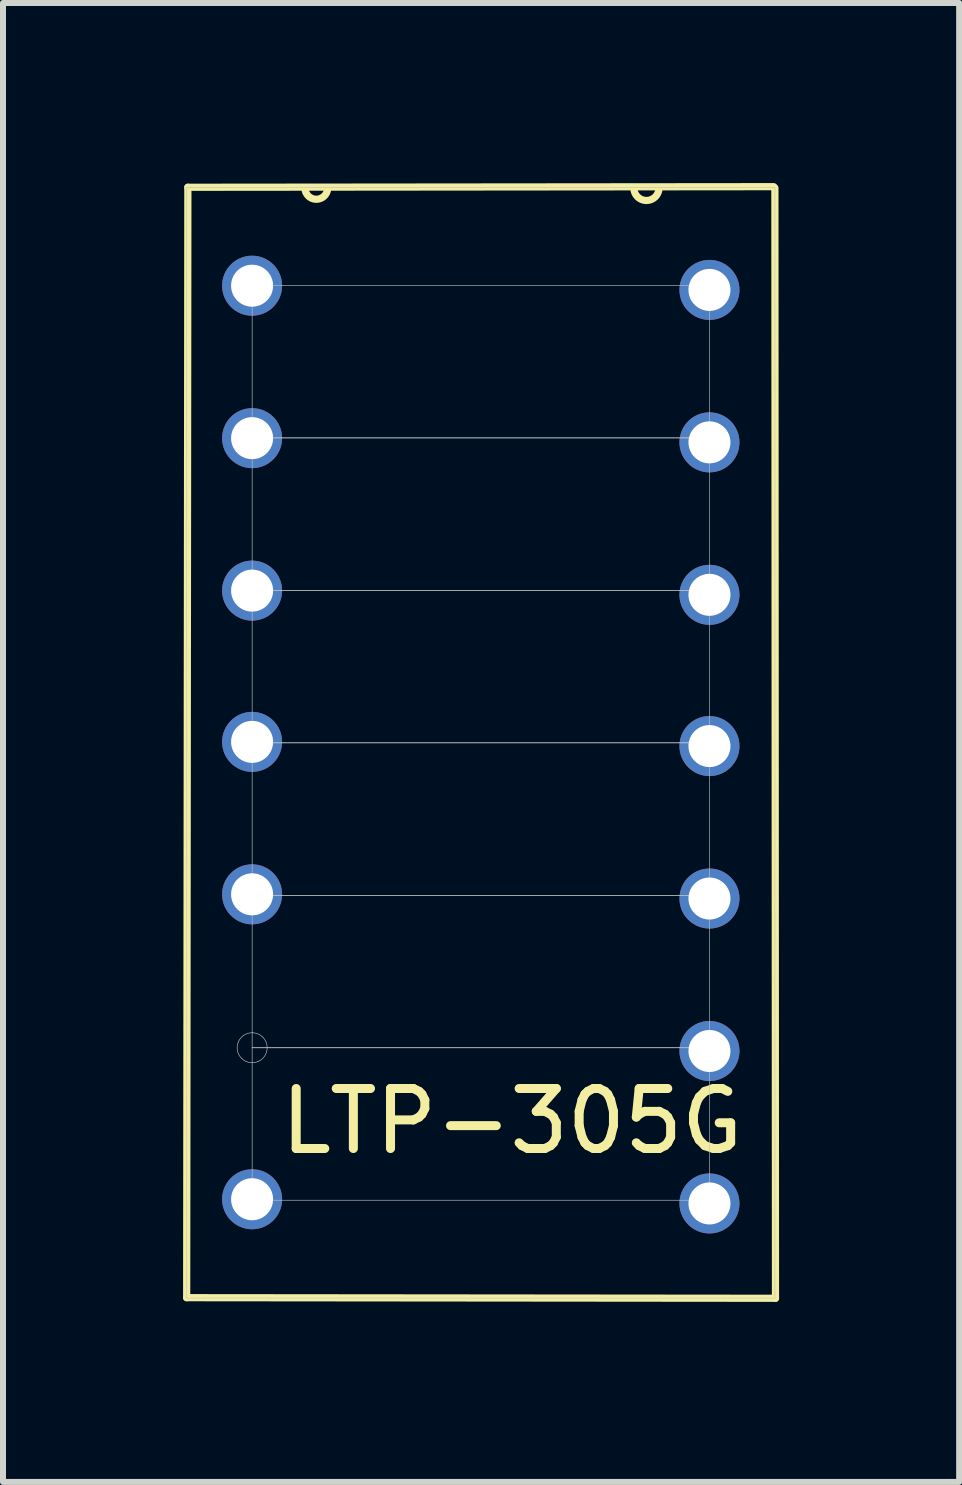
<source format=kicad_pcb>
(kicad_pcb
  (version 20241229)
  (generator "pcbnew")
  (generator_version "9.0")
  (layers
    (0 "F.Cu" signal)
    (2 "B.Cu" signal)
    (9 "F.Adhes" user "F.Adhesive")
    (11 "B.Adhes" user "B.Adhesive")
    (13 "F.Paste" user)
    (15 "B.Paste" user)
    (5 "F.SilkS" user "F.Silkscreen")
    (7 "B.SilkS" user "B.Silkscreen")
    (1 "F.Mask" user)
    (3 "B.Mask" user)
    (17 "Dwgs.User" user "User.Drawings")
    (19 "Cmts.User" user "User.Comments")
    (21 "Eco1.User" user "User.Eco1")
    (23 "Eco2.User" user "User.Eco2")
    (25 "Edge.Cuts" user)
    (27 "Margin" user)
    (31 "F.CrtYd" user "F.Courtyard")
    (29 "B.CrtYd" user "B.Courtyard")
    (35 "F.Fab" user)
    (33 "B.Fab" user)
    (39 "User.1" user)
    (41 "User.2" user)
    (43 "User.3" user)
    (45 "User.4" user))
  (footprint "LTP-305G"
    (layer "F.Cu")
    (at 4.72 9.32)
    (property "Reference" "LTP-305G" (at 0.76 6.31 0) (layer "F.SilkS") (effects (font (size 1 1) (thickness 0.15))))
    (attr through_hole)
    (fp_line (start -4.66 9.25) (end -4.64 -9.25) (stroke (width 0.12) (type solid)) (layer "F.SilkS"))
    (fp_line (start -4.64 -9.25) (end 5.12 -9.26) (stroke (width 0.12) (type solid)) (layer "F.SilkS"))
    (fp_line (start 5.14 -9.24) (end 5.15 9.26) (stroke (width 0.12) (type solid)) (layer "F.SilkS"))
    (fp_line (start 5.15 9.26) (end -4.66 9.25) (stroke (width 0.12) (type solid)) (layer "F.SilkS"))
    (fp_arc (start -2.310309 -9.229161) (mid -2.505422 -9.050077) (end -2.69 -9.24) (stroke (width 0.12) (type solid)) (layer "F.SilkS"))
    (fp_arc (start 3.209883 -9.233004) (mid 2.996502 -9.03003) (end 2.79 -9.24) (stroke (width 0.12) (type solid)) (layer "F.SilkS"))
    (fp_line (start -4.659 -9.244) (end 5.141 -9.244) (stroke (width 0.01) (type solid)) (layer "Dwgs.User"))
    (fp_line (start -4.659 9.256) (end -4.659 -9.244) (stroke (width 0.01) (type solid)) (layer "Dwgs.User"))
    (fp_line (start -3.569 -7.864) (end -3.569 -7.864) (stroke (width 0.01) (type solid)) (layer "Dwgs.User"))
    (fp_line (start -3.569 -7.614) (end 4.051 -7.614) (stroke (width 0.01) (type solid)) (layer "Dwgs.User"))
    (fp_line (start -3.569 -5.324) (end -3.569 -5.324) (stroke (width 0.01) (type solid)) (layer "Dwgs.User"))
    (fp_line (start -3.569 -5.074) (end -3.569 -7.614) (stroke (width 0.01) (type solid)) (layer "Dwgs.User"))
    (fp_line (start -3.569 -5.074) (end 4.051 -5.074) (stroke (width 0.01) (type solid)) (layer "Dwgs.User"))
    (fp_line (start -3.569 -2.784) (end -3.569 -2.784) (stroke (width 0.01) (type solid)) (layer "Dwgs.User"))
    (fp_line (start -3.569 -2.534) (end -3.569 -5.074) (stroke (width 0.01) (type solid)) (layer "Dwgs.User"))
    (fp_line (start -3.569 -2.534) (end 4.051 -2.534) (stroke (width 0.01) (type solid)) (layer "Dwgs.User"))
    (fp_line (start -3.569 -0.244) (end -3.569 -0.244) (stroke (width 0.01) (type solid)) (layer "Dwgs.User"))
    (fp_line (start -3.569 0.006) (end -3.569 -2.534) (stroke (width 0.01) (type solid)) (layer "Dwgs.User"))
    (fp_line (start -3.569 0.006) (end 4.051 0.006) (stroke (width 0.01) (type solid)) (layer "Dwgs.User"))
    (fp_line (start -3.569 2.296) (end -3.569 2.296) (stroke (width 0.01) (type solid)) (layer "Dwgs.User"))
    (fp_line (start -3.569 2.546) (end -3.569 0.006) (stroke (width 0.01) (type solid)) (layer "Dwgs.User"))
    (fp_line (start -3.569 2.546) (end 4.051 2.546) (stroke (width 0.01) (type solid)) (layer "Dwgs.User"))
    (fp_line (start -3.569 4.836) (end -3.569 4.836) (stroke (width 0.01) (type solid)) (layer "Dwgs.User"))
    (fp_line (start -3.569 5.086) (end -3.569 2.546) (stroke (width 0.01) (type solid)) (layer "Dwgs.User"))
    (fp_line (start -3.569 5.086) (end 4.051 5.086) (stroke (width 0.01) (type solid)) (layer "Dwgs.User"))
    (fp_line (start -3.569 7.376) (end -3.569 7.376) (stroke (width 0.01) (type solid)) (layer "Dwgs.User"))
    (fp_line (start -3.569 7.626) (end -3.569 5.086) (stroke (width 0.01) (type solid)) (layer "Dwgs.User"))
    (fp_line (start 4.051 -7.864) (end 4.051 -7.864) (stroke (width 0.01) (type solid)) (layer "Dwgs.User"))
    (fp_line (start 4.051 -5.324) (end 4.051 -5.324) (stroke (width 0.01) (type solid)) (layer "Dwgs.User"))
    (fp_line (start 4.051 -2.784) (end 4.051 -2.784) (stroke (width 0.01) (type solid)) (layer "Dwgs.User"))
    (fp_line (start 4.051 -0.244) (end 4.051 -0.244) (stroke (width 0.01) (type solid)) (layer "Dwgs.User"))
    (fp_line (start 4.051 2.296) (end 4.051 2.296) (stroke (width 0.01) (type solid)) (layer "Dwgs.User"))
    (fp_line (start 4.051 4.836) (end 4.051 4.836) (stroke (width 0.01) (type solid)) (layer "Dwgs.User"))
    (fp_line (start 4.051 7.376) (end 4.051 7.376) (stroke (width 0.01) (type solid)) (layer "Dwgs.User"))
    (fp_line (start 4.051 -7.614) (end 4.051 -5.074) (stroke (width 0.01) (type solid)) (layer "Dwgs.User"))
    (fp_line (start 4.051 -5.074) (end -3.569 -5.074) (stroke (width 0.01) (type solid)) (layer "Dwgs.User"))
    (fp_line (start 4.051 -5.074) (end 4.051 -2.534) (stroke (width 0.01) (type solid)) (layer "Dwgs.User"))
    (fp_line (start 4.051 -2.534) (end -3.569 -2.534) (stroke (width 0.01) (type solid)) (layer "Dwgs.User"))
    (fp_line (start 4.051 -2.534) (end 4.051 0.006) (stroke (width 0.01) (type solid)) (layer "Dwgs.User"))
    (fp_line (start 4.051 0.006) (end -3.569 0.006) (stroke (width 0.01) (type solid)) (layer "Dwgs.User"))
    (fp_line (start 4.051 0.006) (end 4.051 2.546) (stroke (width 0.01) (type solid)) (layer "Dwgs.User"))
    (fp_line (start 4.051 2.546) (end -3.569 2.546) (stroke (width 0.01) (type solid)) (layer "Dwgs.User"))
    (fp_line (start 4.051 2.546) (end 4.051 5.086) (stroke (width 0.01) (type solid)) (layer "Dwgs.User"))
    (fp_line (start 4.051 5.086) (end -3.569 5.086) (stroke (width 0.01) (type solid)) (layer "Dwgs.User"))
    (fp_line (start 4.051 5.086) (end 4.051 7.626) (stroke (width 0.01) (type solid)) (layer "Dwgs.User"))
    (fp_line (start 4.051 7.626) (end -3.569 7.626) (stroke (width 0.01) (type solid)) (layer "Dwgs.User"))
    (fp_line (start 5.141 -9.244) (end 5.141 9.256) (stroke (width 0.01) (type solid)) (layer "Dwgs.User"))
    (fp_line (start 5.141 9.256) (end -4.659 9.256) (stroke (width 0.01) (type solid)) (layer "Dwgs.User"))
    (fp_curve (pts (xy -3.8 -7.71) (xy -3.839 -7.617) (xy -3.817 -7.509) (xy -3.746 -7.438)) (stroke (width 0.01) (type solid)) (layer "Dwgs.User"))
    (fp_curve (pts (xy -3.8 -5.17) (xy -3.839 -5.077) (xy -3.817 -4.969) (xy -3.746 -4.898)) (stroke (width 0.01) (type solid)) (layer "Dwgs.User"))
    (fp_curve (pts (xy -3.8 -2.63) (xy -3.839 -2.537) (xy -3.817 -2.429) (xy -3.746 -2.358)) (stroke (width 0.01) (type solid)) (layer "Dwgs.User"))
    (fp_curve (pts (xy -3.8 -0.09) (xy -3.839 0.003) (xy -3.817 0.111) (xy -3.746 0.182)) (stroke (width 0.01) (type solid)) (layer "Dwgs.User"))
    (fp_curve (pts (xy -3.8 2.45) (xy -3.839 2.543) (xy -3.817 2.651) (xy -3.746 2.722)) (stroke (width 0.01) (type solid)) (layer "Dwgs.User"))
    (fp_curve (pts (xy -3.8 4.99) (xy -3.839 5.083) (xy -3.817 5.191) (xy -3.746 5.262)) (stroke (width 0.01) (type solid)) (layer "Dwgs.User"))
    (fp_curve (pts (xy -3.8 7.53) (xy -3.839 7.623) (xy -3.817 7.731) (xy -3.746 7.802)) (stroke (width 0.01) (type solid)) (layer "Dwgs.User"))
    (fp_curve (pts (xy -3.746 -7.438) (xy -3.674 -7.366) (xy -3.567 -7.345) (xy -3.473 -7.383)) (stroke (width 0.01) (type solid)) (layer "Dwgs.User"))
    (fp_curve (pts (xy -3.746 -4.898) (xy -3.674 -4.826) (xy -3.567 -4.805) (xy -3.473 -4.843)) (stroke (width 0.01) (type solid)) (layer "Dwgs.User"))
    (fp_curve (pts (xy -3.746 -2.358) (xy -3.674 -2.286) (xy -3.567 -2.265) (xy -3.473 -2.303)) (stroke (width 0.01) (type solid)) (layer "Dwgs.User"))
    (fp_curve (pts (xy -3.746 0.182) (xy -3.674 0.254) (xy -3.567 0.275) (xy -3.473 0.237)) (stroke (width 0.01) (type solid)) (layer "Dwgs.User"))
    (fp_curve (pts (xy -3.746 2.722) (xy -3.674 2.794) (xy -3.567 2.815) (xy -3.473 2.777)) (stroke (width 0.01) (type solid)) (layer "Dwgs.User"))
    (fp_curve (pts (xy -3.746 5.262) (xy -3.674 5.334) (xy -3.567 5.355) (xy -3.473 5.317)) (stroke (width 0.01) (type solid)) (layer "Dwgs.User"))
    (fp_curve (pts (xy -3.746 7.802) (xy -3.674 7.874) (xy -3.567 7.895) (xy -3.473 7.857)) (stroke (width 0.01) (type solid)) (layer "Dwgs.User"))
    (fp_curve (pts (xy -3.569 -7.864) (xy -3.67 -7.864) (xy -3.761 -7.803) (xy -3.8 -7.71)) (stroke (width 0.01) (type solid)) (layer "Dwgs.User"))
    (fp_curve (pts (xy -3.569 -5.324) (xy -3.67 -5.324) (xy -3.761 -5.263) (xy -3.8 -5.17)) (stroke (width 0.01) (type solid)) (layer "Dwgs.User"))
    (fp_curve (pts (xy -3.569 -2.784) (xy -3.67 -2.784) (xy -3.761 -2.723) (xy -3.8 -2.63)) (stroke (width 0.01) (type solid)) (layer "Dwgs.User"))
    (fp_curve (pts (xy -3.569 -0.244) (xy -3.67 -0.244) (xy -3.761 -0.183) (xy -3.8 -0.09)) (stroke (width 0.01) (type solid)) (layer "Dwgs.User"))
    (fp_curve (pts (xy -3.569 2.296) (xy -3.67 2.296) (xy -3.761 2.357) (xy -3.8 2.45)) (stroke (width 0.01) (type solid)) (layer "Dwgs.User"))
    (fp_curve (pts (xy -3.569 4.836) (xy -3.67 4.836) (xy -3.761 4.897) (xy -3.8 4.99)) (stroke (width 0.01) (type solid)) (layer "Dwgs.User"))
    (fp_curve (pts (xy -3.569 7.376) (xy -3.67 7.376) (xy -3.761 7.437) (xy -3.8 7.53)) (stroke (width 0.01) (type solid)) (layer "Dwgs.User"))
    (fp_curve (pts (xy -3.473 -7.383) (xy -3.38 -7.422) (xy -3.319 -7.513) (xy -3.319 -7.614)) (stroke (width 0.01) (type solid)) (layer "Dwgs.User"))
    (fp_curve (pts (xy -3.473 -4.843) (xy -3.38 -4.882) (xy -3.319 -4.973) (xy -3.319 -5.074)) (stroke (width 0.01) (type solid)) (layer "Dwgs.User"))
    (fp_curve (pts (xy -3.473 -2.303) (xy -3.38 -2.342) (xy -3.319 -2.433) (xy -3.319 -2.534)) (stroke (width 0.01) (type solid)) (layer "Dwgs.User"))
    (fp_curve (pts (xy -3.473 0.237) (xy -3.38 0.198) (xy -3.319 0.107) (xy -3.319 0.006)) (stroke (width 0.01) (type solid)) (layer "Dwgs.User"))
    (fp_curve (pts (xy -3.473 2.777) (xy -3.38 2.738) (xy -3.319 2.647) (xy -3.319 2.546)) (stroke (width 0.01) (type solid)) (layer "Dwgs.User"))
    (fp_curve (pts (xy -3.473 5.317) (xy -3.38 5.278) (xy -3.319 5.187) (xy -3.319 5.086)) (stroke (width 0.01) (type solid)) (layer "Dwgs.User"))
    (fp_curve (pts (xy -3.473 7.857) (xy -3.38 7.818) (xy -3.319 7.727) (xy -3.319 7.626)) (stroke (width 0.01) (type solid)) (layer "Dwgs.User"))
    (fp_curve (pts (xy -3.392 -7.791) (xy -3.439 -7.838) (xy -3.503 -7.864) (xy -3.569 -7.864)) (stroke (width 0.01) (type solid)) (layer "Dwgs.User"))
    (fp_curve (pts (xy -3.392 -5.251) (xy -3.439 -5.298) (xy -3.503 -5.324) (xy -3.569 -5.324)) (stroke (width 0.01) (type solid)) (layer "Dwgs.User"))
    (fp_curve (pts (xy -3.392 -2.711) (xy -3.439 -2.758) (xy -3.503 -2.784) (xy -3.569 -2.784)) (stroke (width 0.01) (type solid)) (layer "Dwgs.User"))
    (fp_curve (pts (xy -3.392 -0.171) (xy -3.439 -0.218) (xy -3.503 -0.244) (xy -3.569 -0.244)) (stroke (width 0.01) (type solid)) (layer "Dwgs.User"))
    (fp_curve (pts (xy -3.392 2.369) (xy -3.439 2.322) (xy -3.503 2.296) (xy -3.569 2.296)) (stroke (width 0.01) (type solid)) (layer "Dwgs.User"))
    (fp_curve (pts (xy -3.392 4.909) (xy -3.439 4.862) (xy -3.503 4.836) (xy -3.569 4.836)) (stroke (width 0.01) (type solid)) (layer "Dwgs.User"))
    (fp_curve (pts (xy -3.392 7.449) (xy -3.439 7.402) (xy -3.503 7.376) (xy -3.569 7.376)) (stroke (width 0.01) (type solid)) (layer "Dwgs.User"))
    (fp_curve (pts (xy -3.319 -7.614) (xy -3.319 -7.681) (xy -3.345 -7.744) (xy -3.392 -7.791)) (stroke (width 0.01) (type solid)) (layer "Dwgs.User"))
    (fp_curve (pts (xy -3.319 -5.074) (xy -3.319 -5.141) (xy -3.345 -5.204) (xy -3.392 -5.251)) (stroke (width 0.01) (type solid)) (layer "Dwgs.User"))
    (fp_curve (pts (xy -3.319 -2.534) (xy -3.319 -2.601) (xy -3.345 -2.664) (xy -3.392 -2.711)) (stroke (width 0.01) (type solid)) (layer "Dwgs.User"))
    (fp_curve (pts (xy -3.319 0.006) (xy -3.319 -0.061) (xy -3.345 -0.124) (xy -3.392 -0.171)) (stroke (width 0.01) (type solid)) (layer "Dwgs.User"))
    (fp_curve (pts (xy -3.319 2.546) (xy -3.319 2.479) (xy -3.345 2.416) (xy -3.392 2.369)) (stroke (width 0.01) (type solid)) (layer "Dwgs.User"))
    (fp_curve (pts (xy -3.319 5.086) (xy -3.319 5.019) (xy -3.345 4.956) (xy -3.392 4.909)) (stroke (width 0.01) (type solid)) (layer "Dwgs.User"))
    (fp_curve (pts (xy -3.319 7.626) (xy -3.319 7.559) (xy -3.345 7.496) (xy -3.392 7.449)) (stroke (width 0.01) (type solid)) (layer "Dwgs.User"))
    (fp_curve (pts (xy 3.82 -7.71) (xy 3.781 -7.617) (xy 3.803 -7.509) (xy 3.874 -7.438)) (stroke (width 0.01) (type solid)) (layer "Dwgs.User"))
    (fp_curve (pts (xy 3.82 -5.17) (xy 3.781 -5.077) (xy 3.803 -4.969) (xy 3.874 -4.898)) (stroke (width 0.01) (type solid)) (layer "Dwgs.User"))
    (fp_curve (pts (xy 3.82 -2.63) (xy 3.781 -2.537) (xy 3.803 -2.429) (xy 3.874 -2.358)) (stroke (width 0.01) (type solid)) (layer "Dwgs.User"))
    (fp_curve (pts (xy 3.82 -0.09) (xy 3.781 0.003) (xy 3.803 0.111) (xy 3.874 0.182)) (stroke (width 0.01) (type solid)) (layer "Dwgs.User"))
    (fp_curve (pts (xy 3.82 2.45) (xy 3.781 2.543) (xy 3.803 2.651) (xy 3.874 2.722)) (stroke (width 0.01) (type solid)) (layer "Dwgs.User"))
    (fp_curve (pts (xy 3.82 4.99) (xy 3.781 5.083) (xy 3.803 5.191) (xy 3.874 5.262)) (stroke (width 0.01) (type solid)) (layer "Dwgs.User"))
    (fp_curve (pts (xy 3.82 7.53) (xy 3.781 7.623) (xy 3.803 7.731) (xy 3.874 7.802)) (stroke (width 0.01) (type solid)) (layer "Dwgs.User"))
    (fp_curve (pts (xy 3.874 -7.438) (xy 3.946 -7.366) (xy 4.053 -7.345) (xy 4.147 -7.383)) (stroke (width 0.01) (type solid)) (layer "Dwgs.User"))
    (fp_curve (pts (xy 3.874 -4.898) (xy 3.946 -4.826) (xy 4.053 -4.805) (xy 4.147 -4.843)) (stroke (width 0.01) (type solid)) (layer "Dwgs.User"))
    (fp_curve (pts (xy 3.874 -2.358) (xy 3.946 -2.286) (xy 4.053 -2.265) (xy 4.147 -2.303)) (stroke (width 0.01) (type solid)) (layer "Dwgs.User"))
    (fp_curve (pts (xy 3.874 0.182) (xy 3.946 0.254) (xy 4.053 0.275) (xy 4.147 0.237)) (stroke (width 0.01) (type solid)) (layer "Dwgs.User"))
    (fp_curve (pts (xy 3.874 2.722) (xy 3.946 2.794) (xy 4.053 2.815) (xy 4.147 2.777)) (stroke (width 0.01) (type solid)) (layer "Dwgs.User"))
    (fp_curve (pts (xy 3.874 5.262) (xy 3.946 5.334) (xy 4.053 5.355) (xy 4.147 5.317)) (stroke (width 0.01) (type solid)) (layer "Dwgs.User"))
    (fp_curve (pts (xy 3.874 7.802) (xy 3.946 7.874) (xy 4.053 7.895) (xy 4.147 7.857)) (stroke (width 0.01) (type solid)) (layer "Dwgs.User"))
    (fp_curve (pts (xy 4.051 -7.864) (xy 3.95 -7.864) (xy 3.859 -7.803) (xy 3.82 -7.71)) (stroke (width 0.01) (type solid)) (layer "Dwgs.User"))
    (fp_curve (pts (xy 4.051 -5.324) (xy 3.95 -5.324) (xy 3.859 -5.263) (xy 3.82 -5.17)) (stroke (width 0.01) (type solid)) (layer "Dwgs.User"))
    (fp_curve (pts (xy 4.051 -2.784) (xy 3.95 -2.784) (xy 3.859 -2.723) (xy 3.82 -2.63)) (stroke (width 0.01) (type solid)) (layer "Dwgs.User"))
    (fp_curve (pts (xy 4.051 -0.244) (xy 3.95 -0.244) (xy 3.859 -0.183) (xy 3.82 -0.09)) (stroke (width 0.01) (type solid)) (layer "Dwgs.User"))
    (fp_curve (pts (xy 4.051 2.296) (xy 3.95 2.296) (xy 3.859 2.357) (xy 3.82 2.45)) (stroke (width 0.01) (type solid)) (layer "Dwgs.User"))
    (fp_curve (pts (xy 4.051 4.836) (xy 3.95 4.836) (xy 3.859 4.897) (xy 3.82 4.99)) (stroke (width 0.01) (type solid)) (layer "Dwgs.User"))
    (fp_curve (pts (xy 4.051 7.376) (xy 3.95 7.376) (xy 3.859 7.437) (xy 3.82 7.53)) (stroke (width 0.01) (type solid)) (layer "Dwgs.User"))
    (fp_curve (pts (xy 4.147 -7.383) (xy 4.24 -7.422) (xy 4.301 -7.513) (xy 4.301 -7.614)) (stroke (width 0.01) (type solid)) (layer "Dwgs.User"))
    (fp_curve (pts (xy 4.147 -4.843) (xy 4.24 -4.882) (xy 4.301 -4.973) (xy 4.301 -5.074)) (stroke (width 0.01) (type solid)) (layer "Dwgs.User"))
    (fp_curve (pts (xy 4.147 -2.303) (xy 4.24 -2.342) (xy 4.301 -2.433) (xy 4.301 -2.534)) (stroke (width 0.01) (type solid)) (layer "Dwgs.User"))
    (fp_curve (pts (xy 4.147 0.237) (xy 4.24 0.198) (xy 4.301 0.107) (xy 4.301 0.006)) (stroke (width 0.01) (type solid)) (layer "Dwgs.User"))
    (fp_curve (pts (xy 4.147 2.777) (xy 4.24 2.738) (xy 4.301 2.647) (xy 4.301 2.546)) (stroke (width 0.01) (type solid)) (layer "Dwgs.User"))
    (fp_curve (pts (xy 4.147 5.317) (xy 4.24 5.278) (xy 4.301 5.187) (xy 4.301 5.086)) (stroke (width 0.01) (type solid)) (layer "Dwgs.User"))
    (fp_curve (pts (xy 4.147 7.857) (xy 4.24 7.818) (xy 4.301 7.727) (xy 4.301 7.626)) (stroke (width 0.01) (type solid)) (layer "Dwgs.User"))
    (fp_curve (pts (xy 4.228 -7.791) (xy 4.181 -7.838) (xy 4.117 -7.864) (xy 4.051 -7.864)) (stroke (width 0.01) (type solid)) (layer "Dwgs.User"))
    (fp_curve (pts (xy 4.228 -5.251) (xy 4.181 -5.298) (xy 4.117 -5.324) (xy 4.051 -5.324)) (stroke (width 0.01) (type solid)) (layer "Dwgs.User"))
    (fp_curve (pts (xy 4.228 -2.711) (xy 4.181 -2.758) (xy 4.117 -2.784) (xy 4.051 -2.784)) (stroke (width 0.01) (type solid)) (layer "Dwgs.User"))
    (fp_curve (pts (xy 4.228 -0.171) (xy 4.181 -0.218) (xy 4.117 -0.244) (xy 4.051 -0.244)) (stroke (width 0.01) (type solid)) (layer "Dwgs.User"))
    (fp_curve (pts (xy 4.228 2.369) (xy 4.181 2.322) (xy 4.117 2.296) (xy 4.051 2.296)) (stroke (width 0.01) (type solid)) (layer "Dwgs.User"))
    (fp_curve (pts (xy 4.228 4.909) (xy 4.181 4.862) (xy 4.117 4.836) (xy 4.051 4.836)) (stroke (width 0.01) (type solid)) (layer "Dwgs.User"))
    (fp_curve (pts (xy 4.228 7.449) (xy 4.181 7.402) (xy 4.117 7.376) (xy 4.051 7.376)) (stroke (width 0.01) (type solid)) (layer "Dwgs.User"))
    (fp_curve (pts (xy 4.301 -7.614) (xy 4.301 -7.681) (xy 4.275 -7.744) (xy 4.228 -7.791)) (stroke (width 0.01) (type solid)) (layer "Dwgs.User"))
    (fp_curve (pts (xy 4.301 -5.074) (xy 4.301 -5.141) (xy 4.275 -5.204) (xy 4.228 -5.251)) (stroke (width 0.01) (type solid)) (layer "Dwgs.User"))
    (fp_curve (pts (xy 4.301 -2.534) (xy 4.301 -2.601) (xy 4.275 -2.664) (xy 4.228 -2.711)) (stroke (width 0.01) (type solid)) (layer "Dwgs.User"))
    (fp_curve (pts (xy 4.301 0.006) (xy 4.301 -0.061) (xy 4.275 -0.124) (xy 4.228 -0.171)) (stroke (width 0.01) (type solid)) (layer "Dwgs.User"))
    (fp_curve (pts (xy 4.301 2.546) (xy 4.301 2.479) (xy 4.275 2.416) (xy 4.228 2.369)) (stroke (width 0.01) (type solid)) (layer "Dwgs.User"))
    (fp_curve (pts (xy 4.301 5.086) (xy 4.301 5.019) (xy 4.275 4.956) (xy 4.228 4.909)) (stroke (width 0.01) (type solid)) (layer "Dwgs.User"))
    (fp_curve (pts (xy 4.301 7.626) (xy 4.301 7.559) (xy 4.275 7.496) (xy 4.228 7.449)) (stroke (width 0.01) (type solid)) (layer "Dwgs.User"))
    (pad "1" thru_hole circle (at -3.57 -7.61) (size 1 1) (drill 0.7) (layers "*.Cu" "*.Mask"))
    (pad "2" thru_hole circle (at -3.57 -5.07) (size 1 1) (drill 0.7) (layers "*.Cu" "*.Mask"))
    (pad "3" thru_hole circle (at -3.57 -2.53) (size 1 1) (drill 0.7) (layers "*.Cu" "*.Mask"))
    (pad "4" thru_hole circle (at -3.57 -0.01) (size 1 1) (drill 0.7) (layers "*.Cu" "*.Mask"))
    (pad "5" thru_hole circle (at -3.57 2.53) (size 1 1) (drill 0.7) (layers "*.Cu" "*.Mask"))
    (pad "7" thru_hole circle (at -3.57 7.61) (size 1 1) (drill 0.7) (layers "*.Cu" "*.Mask"))
    (pad "8" thru_hole circle (at 4.05 7.68) (size 1 1) (drill 0.7) (layers "*.Cu" "*.Mask"))
    (pad "9" thru_hole circle (at 4.05 5.14) (size 1 1) (drill 0.7) (layers "*.Cu" "*.Mask"))
    (pad "10" thru_hole circle (at 4.05 2.6) (size 1 1) (drill 0.7) (layers "*.Cu" "*.Mask"))
    (pad "11" thru_hole circle (at 4.05 0.06) (size 1 1) (drill 0.7) (layers "*.Cu" "*.Mask"))
    (pad "12" thru_hole circle (at 4.05 -2.46) (size 1 1) (drill 0.7) (layers "*.Cu" "*.Mask"))
    (pad "13" thru_hole circle (at 4.05 -5) (size 1 1) (drill 0.7) (layers "*.Cu" "*.Mask"))
    (pad "14" thru_hole circle (at 4.05 -7.54) (size 1 1) (drill 0.7) (layers "*.Cu" "*.Mask")))
  (gr_rect
    (start -3 -3)
    (end 12.93 21.64)
    (stroke (width 0.1) (type default))
    (fill no)
    (layer "Edge.Cuts")))
</source>
